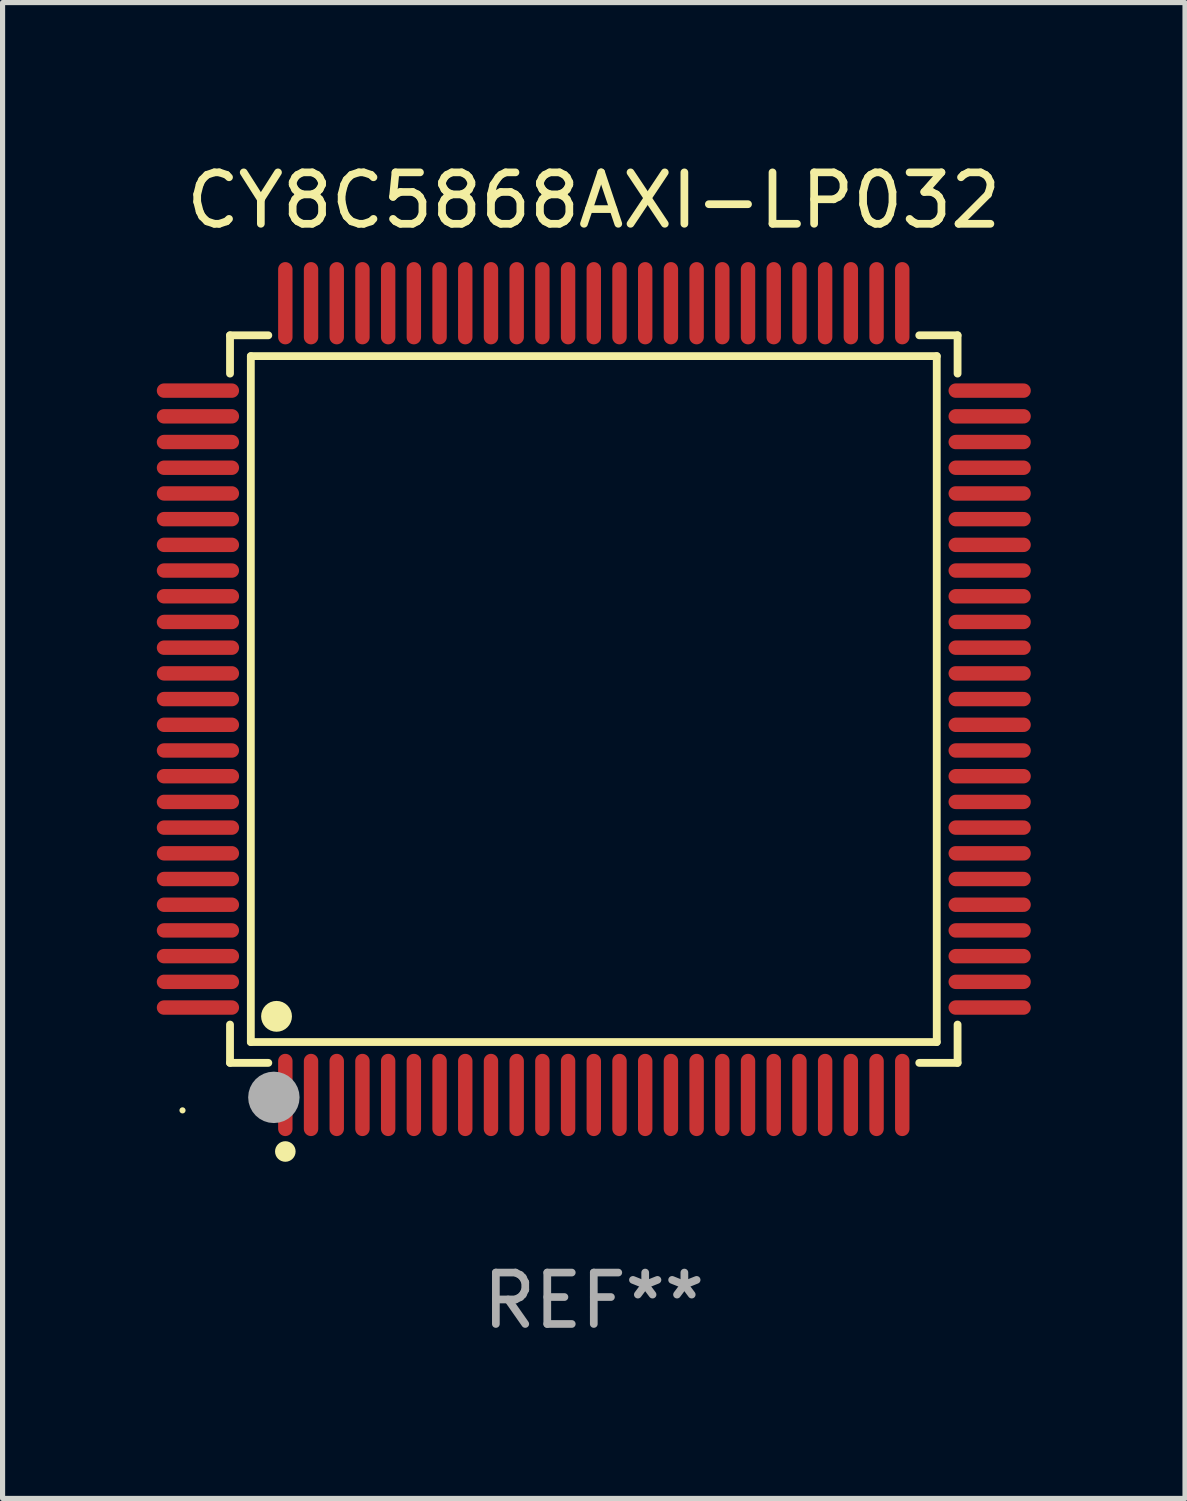
<source format=kicad_pcb>
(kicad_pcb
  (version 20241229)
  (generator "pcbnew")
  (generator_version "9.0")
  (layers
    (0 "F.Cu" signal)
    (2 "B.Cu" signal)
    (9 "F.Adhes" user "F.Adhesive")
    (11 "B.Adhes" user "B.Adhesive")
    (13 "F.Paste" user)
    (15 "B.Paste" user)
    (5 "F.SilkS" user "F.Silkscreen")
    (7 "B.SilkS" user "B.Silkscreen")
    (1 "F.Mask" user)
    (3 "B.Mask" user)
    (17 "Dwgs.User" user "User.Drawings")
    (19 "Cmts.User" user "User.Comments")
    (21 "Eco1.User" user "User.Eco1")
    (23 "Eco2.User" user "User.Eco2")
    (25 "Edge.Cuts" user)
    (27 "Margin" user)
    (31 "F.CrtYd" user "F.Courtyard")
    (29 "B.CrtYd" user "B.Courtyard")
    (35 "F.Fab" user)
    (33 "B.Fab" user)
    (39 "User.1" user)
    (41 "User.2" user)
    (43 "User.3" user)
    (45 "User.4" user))
  (footprint "CY8C5868AXI-LP032"
    (layer "F.Cu")
    (at 8.5 10.548)
    (property "Reference" "CY8C5868AXI-LP032" (at 0 -9.7 0) (layer "F.SilkS") (effects (font (size 1 1) (thickness 0.15))))
    (attr through_hole)
    (fp_line (start -7.076 -7.076) (end -6.331 -7.076) (stroke (width 0.152) (type solid)) (layer "F.SilkS"))
    (fp_line (start -7.076 -6.331) (end -7.076 -7.076) (stroke (width 0.152) (type solid)) (layer "F.SilkS"))
    (fp_line (start -7.076 6.331) (end -7.076 7.076) (stroke (width 0.152) (type solid)) (layer "F.SilkS"))
    (fp_line (start -7.076 7.076) (end -6.331 7.076) (stroke (width 0.152) (type solid)) (layer "F.SilkS"))
    (fp_line (start -6.671 -6.671) (end 6.671 -6.671) (stroke (width 0.152) (type solid)) (layer "F.SilkS"))
    (fp_line (start -6.671 6.671) (end -6.671 -6.671) (stroke (width 0.152) (type solid)) (layer "F.SilkS"))
    (fp_line (start 6.671 -6.671) (end 6.671 6.671) (stroke (width 0.152) (type solid)) (layer "F.SilkS"))
    (fp_line (start 6.671 6.671) (end -6.671 6.671) (stroke (width 0.152) (type solid)) (layer "F.SilkS"))
    (fp_line (start 7.076 -7.076) (end 6.331 -7.076) (stroke (width 0.152) (type solid)) (layer "F.SilkS"))
    (fp_line (start 7.076 -6.331) (end 7.076 -7.076) (stroke (width 0.152) (type solid)) (layer "F.SilkS"))
    (fp_line (start 7.076 6.331) (end 7.076 7.076) (stroke (width 0.152) (type solid)) (layer "F.SilkS"))
    (fp_line (start 7.076 7.076) (end 6.331 7.076) (stroke (width 0.152) (type solid)) (layer "F.SilkS"))
    (fp_circle (center -8 8) (end -7.97 8) (stroke (width 0.06) (type solid)) (fill no) (layer "F.SilkS"))
    (fp_circle (center -6.171 6.171) (end -6.021 6.171) (stroke (width 0.3) (type solid)) (fill no) (layer "F.SilkS"))
    (fp_circle (center -6 8.8) (end -5.9 8.8) (stroke (width 0.2) (type solid)) (fill no) (layer "F.SilkS"))
    (fp_circle (center -6.223 7.747) (end -5.973 7.747) (stroke (width 0.5) (type solid)) (fill no) (layer "F.Fab"))
    (fp_text user "REF**" (at 0 11.7 0) (layer "F.Fab") (effects (font (size 1 1) (thickness 0.15))))
    (pad "1" smd oval (at -6 7.7) (size 0.28 1.6) (layers "F.Cu" "F.Mask" "F.Paste"))
    (pad "2" smd oval (at -5.5 7.7) (size 0.28 1.6) (layers "F.Cu" "F.Mask" "F.Paste"))
    (pad "3" smd oval (at -5 7.7) (size 0.28 1.6) (layers "F.Cu" "F.Mask" "F.Paste"))
    (pad "4" smd oval (at -4.5 7.7) (size 0.28 1.6) (layers "F.Cu" "F.Mask" "F.Paste"))
    (pad "5" smd oval (at -4 7.7) (size 0.28 1.6) (layers "F.Cu" "F.Mask" "F.Paste"))
    (pad "6" smd oval (at -3.5 7.7) (size 0.28 1.6) (layers "F.Cu" "F.Mask" "F.Paste"))
    (pad "7" smd oval (at -3 7.7) (size 0.28 1.6) (layers "F.Cu" "F.Mask" "F.Paste"))
    (pad "8" smd oval (at -2.5 7.7) (size 0.28 1.6) (layers "F.Cu" "F.Mask" "F.Paste"))
    (pad "9" smd oval (at -2 7.7) (size 0.28 1.6) (layers "F.Cu" "F.Mask" "F.Paste"))
    (pad "10" smd oval (at -1.5 7.7) (size 0.28 1.6) (layers "F.Cu" "F.Mask" "F.Paste"))
    (pad "11" smd oval (at -1 7.7) (size 0.28 1.6) (layers "F.Cu" "F.Mask" "F.Paste"))
    (pad "12" smd oval (at -0.5 7.7) (size 0.28 1.6) (layers "F.Cu" "F.Mask" "F.Paste"))
    (pad "13" smd oval (at 0 7.7) (size 0.28 1.6) (layers "F.Cu" "F.Mask" "F.Paste"))
    (pad "14" smd oval (at 0.5 7.7) (size 0.28 1.6) (layers "F.Cu" "F.Mask" "F.Paste"))
    (pad "15" smd oval (at 1 7.7) (size 0.28 1.6) (layers "F.Cu" "F.Mask" "F.Paste"))
    (pad "16" smd oval (at 1.5 7.7) (size 0.28 1.6) (layers "F.Cu" "F.Mask" "F.Paste"))
    (pad "17" smd oval (at 2 7.7) (size 0.28 1.6) (layers "F.Cu" "F.Mask" "F.Paste"))
    (pad "18" smd oval (at 2.5 7.7) (size 0.28 1.6) (layers "F.Cu" "F.Mask" "F.Paste"))
    (pad "19" smd oval (at 3 7.7) (size 0.28 1.6) (layers "F.Cu" "F.Mask" "F.Paste"))
    (pad "20" smd oval (at 3.5 7.7) (size 0.28 1.6) (layers "F.Cu" "F.Mask" "F.Paste"))
    (pad "21" smd oval (at 4 7.7) (size 0.28 1.6) (layers "F.Cu" "F.Mask" "F.Paste"))
    (pad "22" smd oval (at 4.5 7.7) (size 0.28 1.6) (layers "F.Cu" "F.Mask" "F.Paste"))
    (pad "23" smd oval (at 5 7.7) (size 0.28 1.6) (layers "F.Cu" "F.Mask" "F.Paste"))
    (pad "24" smd oval (at 5.5 7.7) (size 0.28 1.6) (layers "F.Cu" "F.Mask" "F.Paste"))
    (pad "25" smd oval (at 6 7.7) (size 0.28 1.6) (layers "F.Cu" "F.Mask" "F.Paste"))
    (pad "26" smd oval (at 7.7 6) (size 1.6 0.28) (layers "F.Cu" "F.Mask" "F.Paste"))
    (pad "27" smd oval (at 7.7 5.5) (size 1.6 0.28) (layers "F.Cu" "F.Mask" "F.Paste"))
    (pad "28" smd oval (at 7.7 5) (size 1.6 0.28) (layers "F.Cu" "F.Mask" "F.Paste"))
    (pad "29" smd oval (at 7.7 4.5) (size 1.6 0.28) (layers "F.Cu" "F.Mask" "F.Paste"))
    (pad "30" smd oval (at 7.7 4) (size 1.6 0.28) (layers "F.Cu" "F.Mask" "F.Paste"))
    (pad "31" smd oval (at 7.7 3.5) (size 1.6 0.28) (layers "F.Cu" "F.Mask" "F.Paste"))
    (pad "32" smd oval (at 7.7 3) (size 1.6 0.28) (layers "F.Cu" "F.Mask" "F.Paste"))
    (pad "33" smd oval (at 7.7 2.5) (size 1.6 0.28) (layers "F.Cu" "F.Mask" "F.Paste"))
    (pad "34" smd oval (at 7.7 2) (size 1.6 0.28) (layers "F.Cu" "F.Mask" "F.Paste"))
    (pad "35" smd oval (at 7.7 1.5) (size 1.6 0.28) (layers "F.Cu" "F.Mask" "F.Paste"))
    (pad "36" smd oval (at 7.7 1) (size 1.6 0.28) (layers "F.Cu" "F.Mask" "F.Paste"))
    (pad "37" smd oval (at 7.7 0.5) (size 1.6 0.28) (layers "F.Cu" "F.Mask" "F.Paste"))
    (pad "38" smd oval (at 7.7 0) (size 1.6 0.28) (layers "F.Cu" "F.Mask" "F.Paste"))
    (pad "39" smd oval (at 7.7 -0.5) (size 1.6 0.28) (layers "F.Cu" "F.Mask" "F.Paste"))
    (pad "40" smd oval (at 7.7 -1) (size 1.6 0.28) (layers "F.Cu" "F.Mask" "F.Paste"))
    (pad "41" smd oval (at 7.7 -1.5) (size 1.6 0.28) (layers "F.Cu" "F.Mask" "F.Paste"))
    (pad "42" smd oval (at 7.7 -2) (size 1.6 0.28) (layers "F.Cu" "F.Mask" "F.Paste"))
    (pad "43" smd oval (at 7.7 -2.5) (size 1.6 0.28) (layers "F.Cu" "F.Mask" "F.Paste"))
    (pad "44" smd oval (at 7.7 -3) (size 1.6 0.28) (layers "F.Cu" "F.Mask" "F.Paste"))
    (pad "45" smd oval (at 7.7 -3.5) (size 1.6 0.28) (layers "F.Cu" "F.Mask" "F.Paste"))
    (pad "46" smd oval (at 7.7 -4) (size 1.6 0.28) (layers "F.Cu" "F.Mask" "F.Paste"))
    (pad "47" smd oval (at 7.7 -4.5) (size 1.6 0.28) (layers "F.Cu" "F.Mask" "F.Paste"))
    (pad "48" smd oval (at 7.7 -5) (size 1.6 0.28) (layers "F.Cu" "F.Mask" "F.Paste"))
    (pad "49" smd oval (at 7.7 -5.5) (size 1.6 0.28) (layers "F.Cu" "F.Mask" "F.Paste"))
    (pad "50" smd oval (at 7.7 -6) (size 1.6 0.28) (layers "F.Cu" "F.Mask" "F.Paste"))
    (pad "51" smd oval (at 6 -7.7) (size 0.28 1.6) (layers "F.Cu" "F.Mask" "F.Paste"))
    (pad "52" smd oval (at 5.5 -7.7) (size 0.28 1.6) (layers "F.Cu" "F.Mask" "F.Paste"))
    (pad "53" smd oval (at 5 -7.7) (size 0.28 1.6) (layers "F.Cu" "F.Mask" "F.Paste"))
    (pad "54" smd oval (at 4.5 -7.7) (size 0.28 1.6) (layers "F.Cu" "F.Mask" "F.Paste"))
    (pad "55" smd oval (at 4 -7.7) (size 0.28 1.6) (layers "F.Cu" "F.Mask" "F.Paste"))
    (pad "56" smd oval (at 3.5 -7.7) (size 0.28 1.6) (layers "F.Cu" "F.Mask" "F.Paste"))
    (pad "57" smd oval (at 3 -7.7) (size 0.28 1.6) (layers "F.Cu" "F.Mask" "F.Paste"))
    (pad "58" smd oval (at 2.5 -7.7) (size 0.28 1.6) (layers "F.Cu" "F.Mask" "F.Paste"))
    (pad "59" smd oval (at 2 -7.7) (size 0.28 1.6) (layers "F.Cu" "F.Mask" "F.Paste"))
    (pad "60" smd oval (at 1.5 -7.7) (size 0.28 1.6) (layers "F.Cu" "F.Mask" "F.Paste"))
    (pad "61" smd oval (at 1 -7.7) (size 0.28 1.6) (layers "F.Cu" "F.Mask" "F.Paste"))
    (pad "62" smd oval (at 0.5 -7.7) (size 0.28 1.6) (layers "F.Cu" "F.Mask" "F.Paste"))
    (pad "63" smd oval (at 0 -7.7) (size 0.28 1.6) (layers "F.Cu" "F.Mask" "F.Paste"))
    (pad "64" smd oval (at -0.5 -7.7) (size 0.28 1.6) (layers "F.Cu" "F.Mask" "F.Paste"))
    (pad "65" smd oval (at -1 -7.7) (size 0.28 1.6) (layers "F.Cu" "F.Mask" "F.Paste"))
    (pad "66" smd oval (at -1.5 -7.7) (size 0.28 1.6) (layers "F.Cu" "F.Mask" "F.Paste"))
    (pad "67" smd oval (at -2 -7.7) (size 0.28 1.6) (layers "F.Cu" "F.Mask" "F.Paste"))
    (pad "68" smd oval (at -2.5 -7.7) (size 0.28 1.6) (layers "F.Cu" "F.Mask" "F.Paste"))
    (pad "69" smd oval (at -3 -7.7) (size 0.28 1.6) (layers "F.Cu" "F.Mask" "F.Paste"))
    (pad "70" smd oval (at -3.5 -7.7) (size 0.28 1.6) (layers "F.Cu" "F.Mask" "F.Paste"))
    (pad "71" smd oval (at -4 -7.7) (size 0.28 1.6) (layers "F.Cu" "F.Mask" "F.Paste"))
    (pad "72" smd oval (at -4.5 -7.7) (size 0.28 1.6) (layers "F.Cu" "F.Mask" "F.Paste"))
    (pad "73" smd oval (at -5 -7.7) (size 0.28 1.6) (layers "F.Cu" "F.Mask" "F.Paste"))
    (pad "74" smd oval (at -5.5 -7.7) (size 0.28 1.6) (layers "F.Cu" "F.Mask" "F.Paste"))
    (pad "75" smd oval (at -6 -7.7) (size 0.28 1.6) (layers "F.Cu" "F.Mask" "F.Paste"))
    (pad "76" smd oval (at -7.7 -6) (size 1.6 0.28) (layers "F.Cu" "F.Mask" "F.Paste"))
    (pad "77" smd oval (at -7.7 -5.5) (size 1.6 0.28) (layers "F.Cu" "F.Mask" "F.Paste"))
    (pad "78" smd oval (at -7.7 -5) (size 1.6 0.28) (layers "F.Cu" "F.Mask" "F.Paste"))
    (pad "79" smd oval (at -7.7 -4.5) (size 1.6 0.28) (layers "F.Cu" "F.Mask" "F.Paste"))
    (pad "80" smd oval (at -7.7 -4) (size 1.6 0.28) (layers "F.Cu" "F.Mask" "F.Paste"))
    (pad "81" smd oval (at -7.7 -3.5) (size 1.6 0.28) (layers "F.Cu" "F.Mask" "F.Paste"))
    (pad "82" smd oval (at -7.7 -3) (size 1.6 0.28) (layers "F.Cu" "F.Mask" "F.Paste"))
    (pad "83" smd oval (at -7.7 -2.5) (size 1.6 0.28) (layers "F.Cu" "F.Mask" "F.Paste"))
    (pad "84" smd oval (at -7.7 -2) (size 1.6 0.28) (layers "F.Cu" "F.Mask" "F.Paste"))
    (pad "85" smd oval (at -7.7 -1.5) (size 1.6 0.28) (layers "F.Cu" "F.Mask" "F.Paste"))
    (pad "86" smd oval (at -7.7 -1) (size 1.6 0.28) (layers "F.Cu" "F.Mask" "F.Paste"))
    (pad "87" smd oval (at -7.7 -0.5) (size 1.6 0.28) (layers "F.Cu" "F.Mask" "F.Paste"))
    (pad "88" smd oval (at -7.7 0) (size 1.6 0.28) (layers "F.Cu" "F.Mask" "F.Paste"))
    (pad "89" smd oval (at -7.7 0.5) (size 1.6 0.28) (layers "F.Cu" "F.Mask" "F.Paste"))
    (pad "90" smd oval (at -7.7 1) (size 1.6 0.28) (layers "F.Cu" "F.Mask" "F.Paste"))
    (pad "91" smd oval (at -7.7 1.5) (size 1.6 0.28) (layers "F.Cu" "F.Mask" "F.Paste"))
    (pad "92" smd oval (at -7.7 2) (size 1.6 0.28) (layers "F.Cu" "F.Mask" "F.Paste"))
    (pad "93" smd oval (at -7.7 2.5) (size 1.6 0.28) (layers "F.Cu" "F.Mask" "F.Paste"))
    (pad "94" smd oval (at -7.7 3) (size 1.6 0.28) (layers "F.Cu" "F.Mask" "F.Paste"))
    (pad "95" smd oval (at -7.7 3.5) (size 1.6 0.28) (layers "F.Cu" "F.Mask" "F.Paste"))
    (pad "96" smd oval (at -7.7 4) (size 1.6 0.28) (layers "F.Cu" "F.Mask" "F.Paste"))
    (pad "97" smd oval (at -7.7 4.5) (size 1.6 0.28) (layers "F.Cu" "F.Mask" "F.Paste"))
    (pad "98" smd oval (at -7.7 5) (size 1.6 0.28) (layers "F.Cu" "F.Mask" "F.Paste"))
    (pad "99" smd oval (at -7.7 5.5) (size 1.6 0.28) (layers "F.Cu" "F.Mask" "F.Paste"))
    (pad "100" smd oval (at -7.7 6) (size 1.6 0.28) (layers "F.Cu" "F.Mask" "F.Paste")))
  (gr_rect
    (start -3 -3)
    (end 20 26.097)
    (stroke (width 0.1) (type default))
    (fill no)
    (layer "Edge.Cuts")))
</source>
